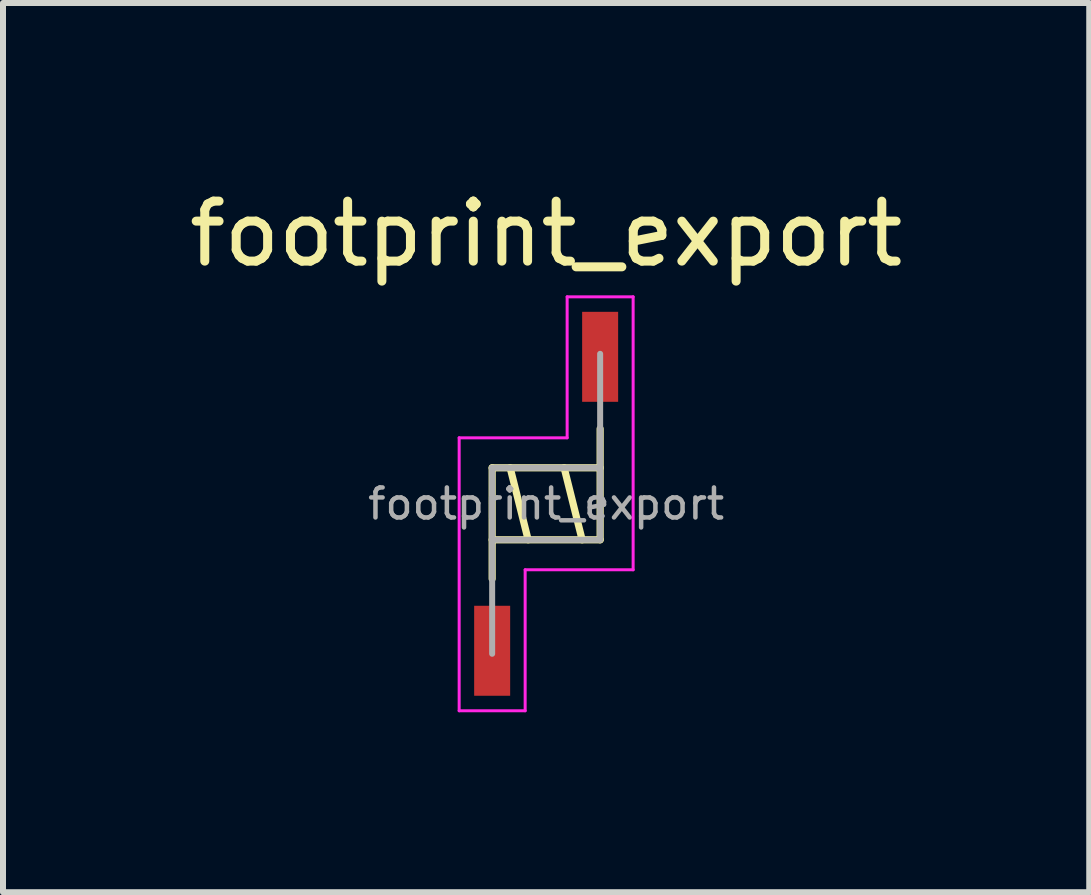
<source format=kicad_pcb>
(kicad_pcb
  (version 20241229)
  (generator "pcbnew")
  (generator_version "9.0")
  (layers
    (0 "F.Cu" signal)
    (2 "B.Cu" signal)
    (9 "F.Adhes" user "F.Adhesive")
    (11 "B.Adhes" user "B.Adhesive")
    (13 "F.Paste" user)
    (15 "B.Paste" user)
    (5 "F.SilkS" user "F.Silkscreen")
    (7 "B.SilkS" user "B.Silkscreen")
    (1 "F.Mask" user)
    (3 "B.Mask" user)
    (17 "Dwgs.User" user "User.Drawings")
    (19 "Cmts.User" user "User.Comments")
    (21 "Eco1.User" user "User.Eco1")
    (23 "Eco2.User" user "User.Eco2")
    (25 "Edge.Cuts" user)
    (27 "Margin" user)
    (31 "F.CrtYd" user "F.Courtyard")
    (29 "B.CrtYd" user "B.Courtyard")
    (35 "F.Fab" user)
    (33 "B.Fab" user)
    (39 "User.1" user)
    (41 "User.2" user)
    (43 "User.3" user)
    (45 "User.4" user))
  (footprint "footprint_export"
    (layer "F.Cu")
    (at 6.054 5.348)
    (property "Reference" "footprint_export" (at 0 -4.5 0) (layer "F.SilkS") (effects (font (size 1 1) (thickness 0.15))))
    (attr smd)
    (fp_line (start -0.9 -0.6) (end 0.9 -0.6) (stroke (width 0.12) (type solid)) (layer "F.SilkS"))
    (fp_line (start -0.9 1.25) (end -0.9 -0.6) (stroke (width 0.12) (type solid)) (layer "F.SilkS"))
    (fp_line (start -0.6 -0.6) (end -0.3 0.6) (stroke (width 0.12) (type solid)) (layer "F.SilkS"))
    (fp_line (start 0.3 -0.6) (end 0.6 0.6) (stroke (width 0.12) (type solid)) (layer "F.SilkS"))
    (fp_line (start 0.9 0.6) (end -0.9 0.6) (stroke (width 0.12) (type solid)) (layer "F.SilkS"))
    (fp_line (start 0.9 0.6) (end 0.9 -1.25) (stroke (width 0.12) (type solid)) (layer "F.SilkS"))
    (fp_line (start -1.45 -1.1) (end -1.45 3.45) (stroke (width 0.05) (type solid)) (layer "F.CrtYd"))
    (fp_line (start -1.45 3.45) (end -0.35 3.45) (stroke (width 0.05) (type solid)) (layer "F.CrtYd"))
    (fp_line (start -0.35 1.1) (end 1.45 1.1) (stroke (width 0.05) (type solid)) (layer "F.CrtYd"))
    (fp_line (start -0.35 3.45) (end -0.35 1.1) (stroke (width 0.05) (type solid)) (layer "F.CrtYd"))
    (fp_line (start 0.35 -3.45) (end 0.35 -1.1) (stroke (width 0.05) (type solid)) (layer "F.CrtYd"))
    (fp_line (start 0.35 -1.1) (end -1.45 -1.1) (stroke (width 0.05) (type solid)) (layer "F.CrtYd"))
    (fp_line (start 1.45 -3.45) (end 0.35 -3.45) (stroke (width 0.05) (type solid)) (layer "F.CrtYd"))
    (fp_line (start 1.45 1.1) (end 1.45 -3.45) (stroke (width 0.05) (type solid)) (layer "F.CrtYd"))
    (fp_line (start -0.9 -0.6) (end 0.9 -0.6) (stroke (width 0.1) (type solid)) (layer "F.Fab"))
    (fp_line (start -0.9 2.5) (end -0.9 -0.6) (stroke (width 0.1) (type solid)) (layer "F.Fab"))
    (fp_line (start 0.9 -2.5) (end 0.9 0.6) (stroke (width 0.1) (type solid)) (layer "F.Fab"))
    (fp_line (start 0.9 0.6) (end -0.9 0.6) (stroke (width 0.1) (type solid)) (layer "F.Fab"))
    (fp_text user "${REFERENCE}" (at 0 0 0) (layer "F.Fab") (effects (font (size 0.5 0.5) (thickness 0.075))))
    (pad "1" smd rect (at -0.9 2.45) (size 0.6 1.5) (layers "F.Cu" "F.Mask" "F.Paste"))
    (pad "2" smd rect (at 0.9 -2.45) (size 0.6 1.5) (layers "F.Cu" "F.Mask" "F.Paste")))
  (gr_rect
    (start -3 -3)
    (end 15.107 11.823)
    (stroke (width 0.1) (type default))
    (fill no)
    (layer "Edge.Cuts")))
</source>
